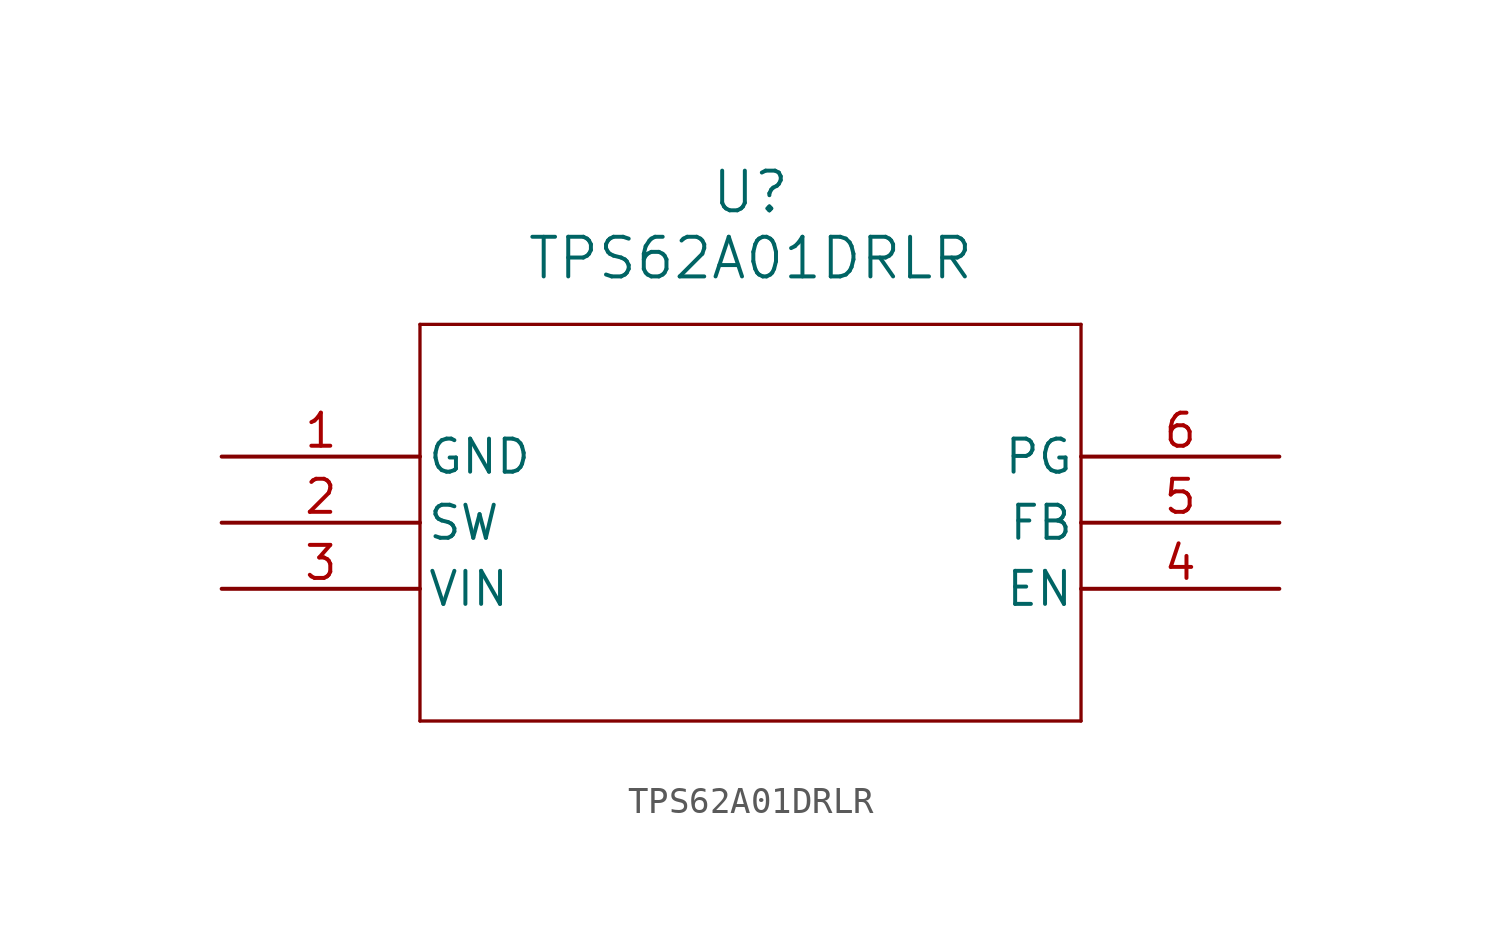
<source format=kicad_sym>
(kicad_symbol_lib
  (version 20211014)
  (generator kicad_symbol_editor)
  (symbol "TPS62A01DRLR"
    (pin_names
      (offset 0.254))
    (property "Reference" "U"
      (at 20.32 10.16 0)
      (effects (font (size 1.524 1.524))))
    (property "Value" "TPS62A01DRLR"
      (at 20.32 7.62 0)
      (effects (font (size 1.524 1.524))))
    (symbol "TPS62A01DRLR_0_1"
      (polyline (pts (xy 7.62 5.08) (xy 7.62 -10.16)) (stroke (width 0.127) (type default) (color 0 0 0 0)) (fill (type none)))
      (polyline (pts (xy 7.62 -10.16) (xy 33.02 -10.16)) (stroke (width 0.127) (type default) (color 0 0 0 0)) (fill (type none)))
      (polyline (pts (xy 33.02 -10.16) (xy 33.02 5.08)) (stroke (width 0.127) (type default) (color 0 0 0 0)) (fill (type none)))
      (polyline (pts (xy 33.02 5.08) (xy 7.62 5.08)) (stroke (width 0.127) (type default) (color 0 0 0 0)) (fill (type none)))
      (pin power_out line (at 0 0 0) (length 7.62) (name "GND" (effects (font (size 1.27 1.27)))) (number "1" (effects (font (size 1.27 1.27)))))
      (pin output line (at 0 -2.54 0) (length 7.62) (name "SW" (effects (font (size 1.27 1.27)))) (number "2" (effects (font (size 1.27 1.27)))))
      (pin power_in line (at 0 -5.08 0) (length 7.62) (name "VIN" (effects (font (size 1.27 1.27)))) (number "3" (effects (font (size 1.27 1.27)))))
      (pin input line (at 40.64 -5.08 180) (length 7.62) (name "EN" (effects (font (size 1.27 1.27)))) (number "4" (effects (font (size 1.27 1.27)))))
      (pin input line (at 40.64 -2.54 180) (length 7.62) (name "FB" (effects (font (size 1.27 1.27)))) (number "5" (effects (font (size 1.27 1.27)))))
      (pin output line (at 40.64 0 180) (length 7.62) (name "PG" (effects (font (size 1.27 1.27)))) (number "6" (effects (font (size 1.27 1.27))))))))
</source>
